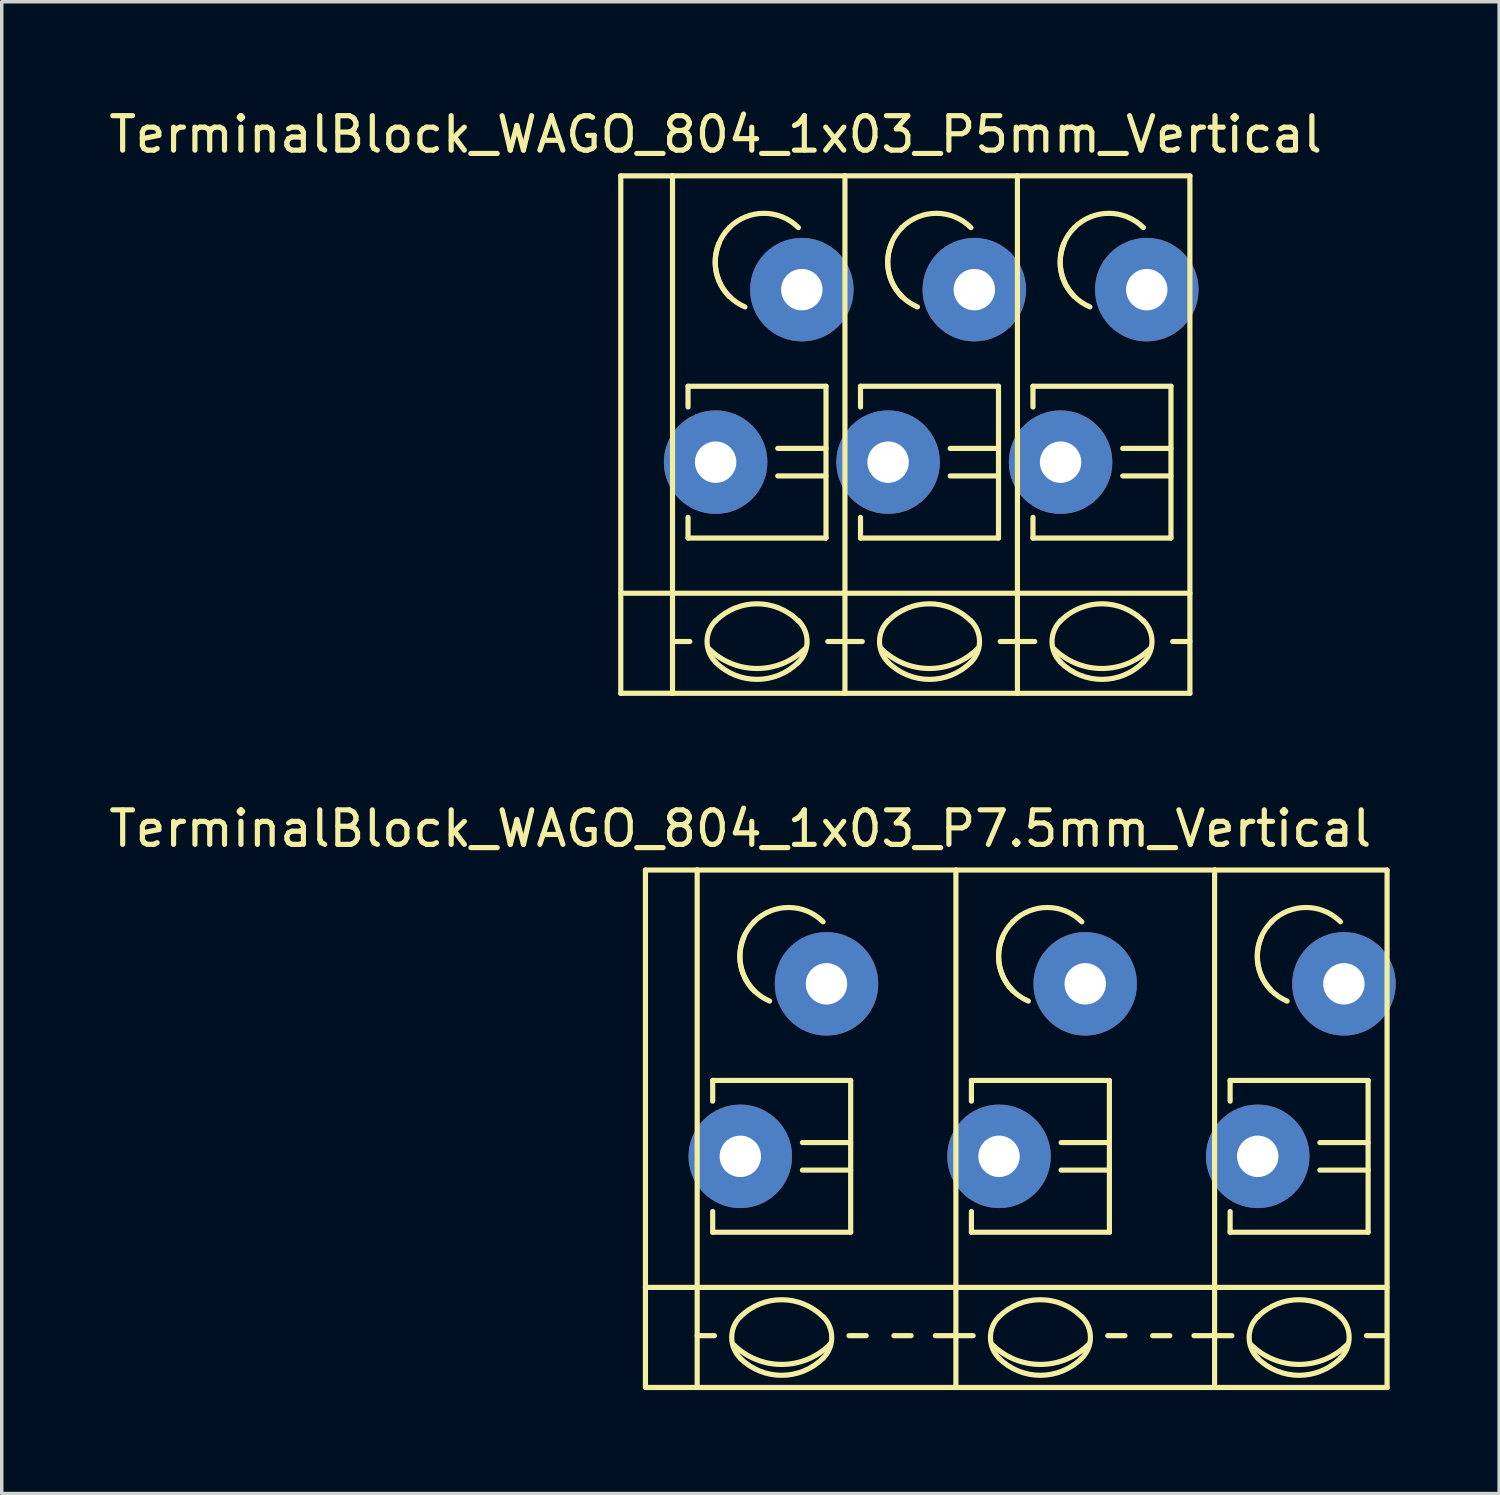
<source format=kicad_pcb>
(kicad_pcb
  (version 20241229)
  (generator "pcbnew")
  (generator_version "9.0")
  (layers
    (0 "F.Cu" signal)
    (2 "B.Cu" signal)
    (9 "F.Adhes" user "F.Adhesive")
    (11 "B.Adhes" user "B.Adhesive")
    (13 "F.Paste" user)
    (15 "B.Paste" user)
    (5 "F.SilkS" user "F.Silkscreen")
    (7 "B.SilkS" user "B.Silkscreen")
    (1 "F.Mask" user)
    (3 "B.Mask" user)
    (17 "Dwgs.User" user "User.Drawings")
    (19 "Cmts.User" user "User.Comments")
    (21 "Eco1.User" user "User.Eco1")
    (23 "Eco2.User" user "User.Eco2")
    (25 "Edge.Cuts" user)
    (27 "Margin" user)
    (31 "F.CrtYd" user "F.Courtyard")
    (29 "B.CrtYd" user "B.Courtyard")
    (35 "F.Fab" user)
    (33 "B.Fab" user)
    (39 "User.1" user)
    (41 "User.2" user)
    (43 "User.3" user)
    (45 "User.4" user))
  (footprint "TerminalBlock_WAGO_804_1x03_P5mm_Vertical"
    (layer "F.Cu")
    (at 17.696 10.348)
    (property "Reference" "TerminalBlock_WAGO_804_1x03_P5mm_Vertical" (at 0 -9.5 0) (layer "F.SilkS") (effects (font (size 1 1) (thickness 0.15))))
    (attr through_hole)
    (fp_line (start -2.75 -8.3) (end -1.25 -8.3) (stroke (width 0.15) (type solid)) (layer "F.SilkS"))
    (fp_line (start -2.75 6.7) (end -2.75 -8.3) (stroke (width 0.15) (type solid)) (layer "F.SilkS"))
    (fp_line (start -1.25 6.7) (end -2.75 6.7) (stroke (width 0.15) (type solid)) (layer "F.SilkS"))
    (fp_line (start -1.25 5.199) (end -0.749 5.199) (stroke (width 0.15) (type solid)) (layer "F.SilkS"))
    (fp_line (start -1.25 6.701) (end -1.25 -8.301) (stroke (width 0.15) (type solid)) (layer "F.SilkS"))
    (fp_line (start -0.8 -2.2) (end -0.8 -1.6) (stroke (width 0.15) (type solid)) (layer "F.SilkS"))
    (fp_line (start -0.8 -2.2) (end 3.2 -2.2) (stroke (width 0.15) (type solid)) (layer "F.SilkS"))
    (fp_line (start -0.8 2.2) (end -0.8 1.6) (stroke (width 0.15) (type solid)) (layer "F.SilkS"))
    (fp_line (start 3.2 -2.2) (end 3.2 2.2) (stroke (width 0.15) (type solid)) (layer "F.SilkS"))
    (fp_line (start 3.2 -0.399) (end 1.801 -0.399) (stroke (width 0.15) (type solid)) (layer "F.SilkS"))
    (fp_line (start 3.2 0.399) (end 1.801 0.399) (stroke (width 0.15) (type solid)) (layer "F.SilkS"))
    (fp_line (start 3.2 2.2) (end -0.8 2.2) (stroke (width 0.15) (type solid)) (layer "F.SilkS"))
    (fp_line (start 3.749 -8.301) (end -1.25 -8.301) (stroke (width 0.15) (type solid)) (layer "F.SilkS"))
    (fp_line (start 3.749 -8.301) (end 3.749 6.701) (stroke (width 0.15) (type solid)) (layer "F.SilkS"))
    (fp_line (start 3.749 5.199) (end 3.251 5.199) (stroke (width 0.15) (type solid)) (layer "F.SilkS"))
    (fp_line (start 3.749 6.701) (end -1.25 6.701) (stroke (width 0.15) (type solid)) (layer "F.SilkS"))
    (fp_line (start 3.75 3.8) (end -2.75 3.8) (stroke (width 0.15) (type solid)) (layer "F.SilkS"))
    (fp_line (start 3.75 3.8) (end 8.75 3.8) (stroke (width 0.15) (type solid)) (layer "F.SilkS"))
    (fp_line (start 3.75 5.199) (end 4.251 5.199) (stroke (width 0.15) (type solid)) (layer "F.SilkS"))
    (fp_line (start 4.2 -2.2) (end 4.2 -1.6) (stroke (width 0.15) (type solid)) (layer "F.SilkS"))
    (fp_line (start 4.2 -2.2) (end 8.2 -2.2) (stroke (width 0.15) (type solid)) (layer "F.SilkS"))
    (fp_line (start 4.2 2.2) (end 4.2 1.6) (stroke (width 0.15) (type solid)) (layer "F.SilkS"))
    (fp_line (start 8.2 -2.2) (end 8.2 2.2) (stroke (width 0.15) (type solid)) (layer "F.SilkS"))
    (fp_line (start 8.2 -0.399) (end 6.801 -0.399) (stroke (width 0.15) (type solid)) (layer "F.SilkS"))
    (fp_line (start 8.2 0.399) (end 6.801 0.399) (stroke (width 0.15) (type solid)) (layer "F.SilkS"))
    (fp_line (start 8.2 2.2) (end 4.2 2.2) (stroke (width 0.15) (type solid)) (layer "F.SilkS"))
    (fp_line (start 8.749 -8.301) (end 3.75 -8.301) (stroke (width 0.15) (type solid)) (layer "F.SilkS"))
    (fp_line (start 8.749 -8.301) (end 8.749 6.701) (stroke (width 0.15) (type solid)) (layer "F.SilkS"))
    (fp_line (start 8.749 5.199) (end 8.251 5.199) (stroke (width 0.15) (type solid)) (layer "F.SilkS"))
    (fp_line (start 8.749 6.701) (end 3.75 6.701) (stroke (width 0.15) (type solid)) (layer "F.SilkS"))
    (fp_line (start 8.75 3.8) (end 13.75 3.8) (stroke (width 0.15) (type solid)) (layer "F.SilkS"))
    (fp_line (start 8.75 5.199) (end 9.251 5.199) (stroke (width 0.15) (type solid)) (layer "F.SilkS"))
    (fp_line (start 9.2 -2.2) (end 9.2 -1.6) (stroke (width 0.15) (type solid)) (layer "F.SilkS"))
    (fp_line (start 9.2 -2.2) (end 13.2 -2.2) (stroke (width 0.15) (type solid)) (layer "F.SilkS"))
    (fp_line (start 9.2 2.2) (end 9.2 1.6) (stroke (width 0.15) (type solid)) (layer "F.SilkS"))
    (fp_line (start 13.2 -2.2) (end 13.2 2.2) (stroke (width 0.15) (type solid)) (layer "F.SilkS"))
    (fp_line (start 13.2 -0.399) (end 11.801 -0.399) (stroke (width 0.15) (type solid)) (layer "F.SilkS"))
    (fp_line (start 13.2 0.399) (end 11.801 0.399) (stroke (width 0.15) (type solid)) (layer "F.SilkS"))
    (fp_line (start 13.2 2.2) (end 9.2 2.2) (stroke (width 0.15) (type solid)) (layer "F.SilkS"))
    (fp_line (start 13.749 -8.301) (end 8.75 -8.301) (stroke (width 0.15) (type solid)) (layer "F.SilkS"))
    (fp_line (start 13.749 -8.301) (end 13.749 6.701) (stroke (width 0.15) (type solid)) (layer "F.SilkS"))
    (fp_line (start 13.749 5.199) (end 13.251 5.199) (stroke (width 0.15) (type solid)) (layer "F.SilkS"))
    (fp_line (start 13.749 6.701) (end 8.75 6.701) (stroke (width 0.15) (type solid)) (layer "F.SilkS"))
    (fp_arc (start 0 4.60248) (mid 1.19888 4.105888) (end 2.39776 4.60248) (stroke (width 0.15) (type solid)) (layer "F.SilkS"))
    (fp_arc (start 0 5.79882) (mid -0.248296 5.19938) (end 0 4.59994) (stroke (width 0.15) (type solid)) (layer "F.SilkS"))
    (fp_arc (start 0.39878 -6.79958) (mid 1.39954 -7.214108) (end 2.4003 -6.79958) (stroke (width 0.15) (type solid)) (layer "F.SilkS"))
    (fp_arc (start 0.39878 -4.8006) (mid -0.013952 -5.800616) (end 0.40132 -6.79958) (stroke (width 0.15) (type solid)) (layer "F.SilkS"))
    (fp_arc (start 0.8509 -4.50088) (mid 0.093811 -5.268985) (end 0.1016 -6.34746) (stroke (width 0.15) (type solid)) (layer "F.SilkS"))
    (fp_arc (start 2.4003 5.79882) (mid 1.200676 6.297208) (end 0 5.80136) (stroke (width 0.15) (type solid)) (layer "F.SilkS"))
    (fp_arc (start 2.40284 4.59994) (mid 2.650392 5.201176) (end 2.4003 5.80136) (stroke (width 0.15) (type solid)) (layer "F.SilkS"))
    (fp_arc (start 2.60096 5.40004) (mid 1.200676 5.981545) (end -0.20066 5.40258) (stroke (width 0.15) (type solid)) (layer "F.SilkS"))
    (fp_arc (start 5 4.60248) (mid 6.19888 4.105888) (end 7.39776 4.60248) (stroke (width 0.15) (type solid)) (layer "F.SilkS"))
    (fp_arc (start 5 5.79882) (mid 4.751704 5.19938) (end 5 4.59994) (stroke (width 0.15) (type solid)) (layer "F.SilkS"))
    (fp_arc (start 5.39878 -6.79958) (mid 6.39954 -7.214108) (end 7.4003 -6.79958) (stroke (width 0.15) (type solid)) (layer "F.SilkS"))
    (fp_arc (start 5.39878 -4.8006) (mid 4.986048 -5.800616) (end 5.40132 -6.79958) (stroke (width 0.15) (type solid)) (layer "F.SilkS"))
    (fp_arc (start 5.8509 -4.50088) (mid 5.093811 -5.268985) (end 5.1016 -6.34746) (stroke (width 0.15) (type solid)) (layer "F.SilkS"))
    (fp_arc (start 7.4003 5.79882) (mid 6.200676 6.297208) (end 5 5.80136) (stroke (width 0.15) (type solid)) (layer "F.SilkS"))
    (fp_arc (start 7.40284 4.59994) (mid 7.650392 5.201176) (end 7.4003 5.80136) (stroke (width 0.15) (type solid)) (layer "F.SilkS"))
    (fp_arc (start 7.60096 5.40004) (mid 6.200676 5.981545) (end 4.79934 5.40258) (stroke (width 0.15) (type solid)) (layer "F.SilkS"))
    (fp_arc (start 10 4.60248) (mid 11.19888 4.105888) (end 12.39776 4.60248) (stroke (width 0.15) (type solid)) (layer "F.SilkS"))
    (fp_arc (start 10 5.79882) (mid 9.751704 5.19938) (end 10 4.59994) (stroke (width 0.15) (type solid)) (layer "F.SilkS"))
    (fp_arc (start 10.39878 -6.79958) (mid 11.39954 -7.214108) (end 12.4003 -6.79958) (stroke (width 0.15) (type solid)) (layer "F.SilkS"))
    (fp_arc (start 10.39878 -4.8006) (mid 9.986048 -5.800616) (end 10.40132 -6.79958) (stroke (width 0.15) (type solid)) (layer "F.SilkS"))
    (fp_arc (start 10.8509 -4.50088) (mid 10.093811 -5.268985) (end 10.1016 -6.34746) (stroke (width 0.15) (type solid)) (layer "F.SilkS"))
    (fp_arc (start 12.4003 5.79882) (mid 11.200676 6.297208) (end 10 5.80136) (stroke (width 0.15) (type solid)) (layer "F.SilkS"))
    (fp_arc (start 12.40284 4.59994) (mid 12.650392 5.201176) (end 12.4003 5.80136) (stroke (width 0.15) (type solid)) (layer "F.SilkS"))
    (fp_arc (start 12.60096 5.40004) (mid 11.200676 5.981545) (end 9.79934 5.40258) (stroke (width 0.15) (type solid)) (layer "F.SilkS"))
    (pad "1" thru_hole circle (at 0 0) (size 3 3) (drill 1.2) (layers "*.Cu" "*.Mask"))
    (pad "1" thru_hole circle (at 2.499 -5.001) (size 3 3) (drill 1.2) (layers "*.Cu" "*.Mask"))
    (pad "2" thru_hole circle (at 5 0) (size 3 3) (drill 1.2) (layers "*.Cu" "*.Mask"))
    (pad "2" thru_hole circle (at 7.499 -5.001) (size 3 3) (drill 1.2) (layers "*.Cu" "*.Mask"))
    (pad "3" thru_hole circle (at 10 0) (size 3 3) (drill 1.2) (layers "*.Cu" "*.Mask"))
    (pad "3" thru_hole circle (at 12.499 -5.001) (size 3 3) (drill 1.2) (layers "*.Cu" "*.Mask")))
  (footprint "TerminalBlock_WAGO_804_1x03_P7.5mm_Vertical"
    (layer "F.Cu")
    (at 18.411 30.472)
    (property "Reference" "TerminalBlock_WAGO_804_1x03_P7.5mm_Vertical" (at 0 -9.5 0) (layer "F.SilkS") (effects (font (size 1 1) (thickness 0.15))))
    (attr through_hole)
    (fp_line (start -2.75 -8.3) (end -1.25 -8.3) (stroke (width 0.15) (type solid)) (layer "F.SilkS"))
    (fp_line (start -2.75 6.7) (end -2.75 -8.3) (stroke (width 0.15) (type solid)) (layer "F.SilkS"))
    (fp_line (start -1.25 3.8) (end -2.75 3.8) (stroke (width 0.15) (type solid)) (layer "F.SilkS"))
    (fp_line (start -1.25 3.8) (end 6.25 3.8) (stroke (width 0.15) (type solid)) (layer "F.SilkS"))
    (fp_line (start -1.25 6.7) (end -2.75 6.7) (stroke (width 0.15) (type solid)) (layer "F.SilkS"))
    (fp_line (start -1.25 5.199) (end -0.749 5.199) (stroke (width 0.15) (type solid)) (layer "F.SilkS"))
    (fp_line (start -1.25 6.701) (end -1.25 -8.301) (stroke (width 0.15) (type solid)) (layer "F.SilkS"))
    (fp_line (start -0.8 -2.2) (end -0.8 -1.6) (stroke (width 0.15) (type solid)) (layer "F.SilkS"))
    (fp_line (start -0.8 -2.2) (end 3.2 -2.2) (stroke (width 0.15) (type solid)) (layer "F.SilkS"))
    (fp_line (start -0.8 2.2) (end -0.8 1.6) (stroke (width 0.15) (type solid)) (layer "F.SilkS"))
    (fp_line (start 3.2 -2.2) (end 3.2 2.2) (stroke (width 0.15) (type solid)) (layer "F.SilkS"))
    (fp_line (start 3.2 -0.399) (end 1.801 -0.399) (stroke (width 0.15) (type solid)) (layer "F.SilkS"))
    (fp_line (start 3.2 0.399) (end 1.801 0.399) (stroke (width 0.15) (type solid)) (layer "F.SilkS"))
    (fp_line (start 3.2 2.2) (end -0.8 2.2) (stroke (width 0.15) (type solid)) (layer "F.SilkS"))
    (fp_line (start 3.65 5.199) (end 3.152 5.199) (stroke (width 0.15) (type solid)) (layer "F.SilkS"))
    (fp_line (start 4.951 5.199) (end 4.454 5.199) (stroke (width 0.15) (type solid)) (layer "F.SilkS"))
    (fp_line (start 6.149 5.199) (end 5.652 5.199) (stroke (width 0.15) (type solid)) (layer "F.SilkS"))
    (fp_line (start 6.25 -8.3) (end -1.25 -8.3) (stroke (width 0.15) (type solid)) (layer "F.SilkS"))
    (fp_line (start 6.25 3.8) (end 13.75 3.8) (stroke (width 0.15) (type solid)) (layer "F.SilkS"))
    (fp_line (start 6.25 6.7) (end -1.25 6.7) (stroke (width 0.15) (type solid)) (layer "F.SilkS"))
    (fp_line (start 6.25 5.199) (end 6.751 5.199) (stroke (width 0.15) (type solid)) (layer "F.SilkS"))
    (fp_line (start 6.25 6.701) (end 6.25 -8.301) (stroke (width 0.15) (type solid)) (layer "F.SilkS"))
    (fp_line (start 6.7 -2.2) (end 6.7 -1.6) (stroke (width 0.15) (type solid)) (layer "F.SilkS"))
    (fp_line (start 6.7 -2.2) (end 10.7 -2.2) (stroke (width 0.15) (type solid)) (layer "F.SilkS"))
    (fp_line (start 6.7 2.2) (end 6.7 1.6) (stroke (width 0.15) (type solid)) (layer "F.SilkS"))
    (fp_line (start 10.7 -2.2) (end 10.7 2.2) (stroke (width 0.15) (type solid)) (layer "F.SilkS"))
    (fp_line (start 10.7 -0.399) (end 9.301 -0.399) (stroke (width 0.15) (type solid)) (layer "F.SilkS"))
    (fp_line (start 10.7 0.399) (end 9.301 0.399) (stroke (width 0.15) (type solid)) (layer "F.SilkS"))
    (fp_line (start 10.7 2.2) (end 6.7 2.2) (stroke (width 0.15) (type solid)) (layer "F.SilkS"))
    (fp_line (start 11.15 5.199) (end 10.652 5.199) (stroke (width 0.15) (type solid)) (layer "F.SilkS"))
    (fp_line (start 12.451 5.199) (end 11.954 5.199) (stroke (width 0.15) (type solid)) (layer "F.SilkS"))
    (fp_line (start 13.649 5.199) (end 13.152 5.199) (stroke (width 0.15) (type solid)) (layer "F.SilkS"))
    (fp_line (start 13.75 -8.3) (end 6.25 -8.3) (stroke (width 0.15) (type solid)) (layer "F.SilkS"))
    (fp_line (start 13.75 -8.3) (end 18.75 -8.3) (stroke (width 0.15) (type solid)) (layer "F.SilkS"))
    (fp_line (start 13.75 3.8) (end 18.75 3.8) (stroke (width 0.15) (type solid)) (layer "F.SilkS"))
    (fp_line (start 13.75 6.7) (end 6.25 6.7) (stroke (width 0.15) (type solid)) (layer "F.SilkS"))
    (fp_line (start 13.75 6.7) (end 13.75 -8.3) (stroke (width 0.15) (type solid)) (layer "F.SilkS"))
    (fp_line (start 13.75 6.7) (end 18.75 6.7) (stroke (width 0.15) (type solid)) (layer "F.SilkS"))
    (fp_line (start 13.75 5.199) (end 14.251 5.199) (stroke (width 0.15) (type solid)) (layer "F.SilkS"))
    (fp_line (start 14.2 -2.2) (end 14.2 -1.6) (stroke (width 0.15) (type solid)) (layer "F.SilkS"))
    (fp_line (start 14.2 -2.2) (end 18.2 -2.2) (stroke (width 0.15) (type solid)) (layer "F.SilkS"))
    (fp_line (start 14.2 2.2) (end 14.2 1.6) (stroke (width 0.15) (type solid)) (layer "F.SilkS"))
    (fp_line (start 18.2 -2.2) (end 18.2 2.2) (stroke (width 0.15) (type solid)) (layer "F.SilkS"))
    (fp_line (start 18.2 -0.399) (end 16.801 -0.399) (stroke (width 0.15) (type solid)) (layer "F.SilkS"))
    (fp_line (start 18.2 0.399) (end 16.801 0.399) (stroke (width 0.15) (type solid)) (layer "F.SilkS"))
    (fp_line (start 18.2 2.2) (end 14.2 2.2) (stroke (width 0.15) (type solid)) (layer "F.SilkS"))
    (fp_line (start 18.65 5.199) (end 18.152 5.199) (stroke (width 0.15) (type solid)) (layer "F.SilkS"))
    (fp_line (start 18.75 6.7) (end 18.75 -8.3) (stroke (width 0.15) (type solid)) (layer "F.SilkS"))
    (fp_arc (start 0 4.65328) (mid 1.19888 4.156688) (end 2.39776 4.65328) (stroke (width 0.15) (type solid)) (layer "F.SilkS"))
    (fp_arc (start 0 5.84962) (mid -0.248296 5.25018) (end 0 4.65074) (stroke (width 0.15) (type solid)) (layer "F.SilkS"))
    (fp_arc (start 0.39878 -6.79958) (mid 1.39954 -7.214108) (end 2.4003 -6.79958) (stroke (width 0.15) (type solid)) (layer "F.SilkS"))
    (fp_arc (start 0.39878 -4.8006) (mid -0.013952 -5.800616) (end 0.40132 -6.79958) (stroke (width 0.15) (type solid)) (layer "F.SilkS"))
    (fp_arc (start 0.8509 -4.50088) (mid 0.093811 -5.268985) (end 0.1016 -6.34746) (stroke (width 0.15) (type solid)) (layer "F.SilkS"))
    (fp_arc (start 2.4003 5.84962) (mid 1.200676 6.348008) (end 0 5.85216) (stroke (width 0.15) (type solid)) (layer "F.SilkS"))
    (fp_arc (start 2.40284 4.65074) (mid 2.650392 5.251976) (end 2.4003 5.85216) (stroke (width 0.15) (type solid)) (layer "F.SilkS"))
    (fp_arc (start 2.60096 5.45084) (mid 1.200676 6.032345) (end -0.20066 5.45338) (stroke (width 0.15) (type solid)) (layer "F.SilkS"))
    (fp_arc (start 7.5 4.65328) (mid 8.69888 4.156688) (end 9.89776 4.65328) (stroke (width 0.15) (type solid)) (layer "F.SilkS"))
    (fp_arc (start 7.5 5.84962) (mid 7.251704 5.25018) (end 7.5 4.65074) (stroke (width 0.15) (type solid)) (layer "F.SilkS"))
    (fp_arc (start 7.89878 -6.79958) (mid 8.89954 -7.214108) (end 9.9003 -6.79958) (stroke (width 0.15) (type solid)) (layer "F.SilkS"))
    (fp_arc (start 7.89878 -4.8006) (mid 7.486048 -5.800616) (end 7.90132 -6.79958) (stroke (width 0.15) (type solid)) (layer "F.SilkS"))
    (fp_arc (start 8.3509 -4.50088) (mid 7.593811 -5.268985) (end 7.6016 -6.34746) (stroke (width 0.15) (type solid)) (layer "F.SilkS"))
    (fp_arc (start 9.9003 5.84962) (mid 8.700676 6.348008) (end 7.5 5.85216) (stroke (width 0.15) (type solid)) (layer "F.SilkS"))
    (fp_arc (start 9.90284 4.65074) (mid 10.150392 5.251976) (end 9.9003 5.85216) (stroke (width 0.15) (type solid)) (layer "F.SilkS"))
    (fp_arc (start 10.10096 5.45084) (mid 8.700676 6.032345) (end 7.29934 5.45338) (stroke (width 0.15) (type solid)) (layer "F.SilkS"))
    (fp_arc (start 15 4.65328) (mid 16.19888 4.156688) (end 17.39776 4.65328) (stroke (width 0.15) (type solid)) (layer "F.SilkS"))
    (fp_arc (start 15 5.84962) (mid 14.751704 5.25018) (end 15 4.65074) (stroke (width 0.15) (type solid)) (layer "F.SilkS"))
    (fp_arc (start 15.39878 -6.79958) (mid 16.39954 -7.214108) (end 17.4003 -6.79958) (stroke (width 0.15) (type solid)) (layer "F.SilkS"))
    (fp_arc (start 15.39878 -4.8006) (mid 14.986048 -5.800616) (end 15.40132 -6.79958) (stroke (width 0.15) (type solid)) (layer "F.SilkS"))
    (fp_arc (start 15.8509 -4.50088) (mid 15.093811 -5.268985) (end 15.1016 -6.34746) (stroke (width 0.15) (type solid)) (layer "F.SilkS"))
    (fp_arc (start 17.4003 5.84962) (mid 16.200676 6.348008) (end 15 5.85216) (stroke (width 0.15) (type solid)) (layer "F.SilkS"))
    (fp_arc (start 17.40284 4.65074) (mid 17.650392 5.251976) (end 17.4003 5.85216) (stroke (width 0.15) (type solid)) (layer "F.SilkS"))
    (fp_arc (start 17.60096 5.45084) (mid 16.200676 6.032345) (end 14.79934 5.45338) (stroke (width 0.15) (type solid)) (layer "F.SilkS"))
    (pad "1" thru_hole circle (at 0 0) (size 3 3) (drill 1.2) (layers "*.Cu" "*.Mask"))
    (pad "1" thru_hole circle (at 2.499 -5.001) (size 3 3) (drill 1.2) (layers "*.Cu" "*.Mask"))
    (pad "2" thru_hole circle (at 7.5 0) (size 3 3) (drill 1.2) (layers "*.Cu" "*.Mask"))
    (pad "2" thru_hole circle (at 9.999 -5.001) (size 3 3) (drill 1.2) (layers "*.Cu" "*.Mask"))
    (pad "3" thru_hole circle (at 15 0) (size 3 3) (drill 1.2) (layers "*.Cu" "*.Mask"))
    (pad "3" thru_hole circle (at 17.499 -5.001) (size 3 3) (drill 1.2) (layers "*.Cu" "*.Mask")))
  (gr_rect
    (start -3 -3)
    (end 40.41 40.248)
    (stroke (width 0.1) (type default))
    (fill no)
    (layer "Edge.Cuts")))
</source>
